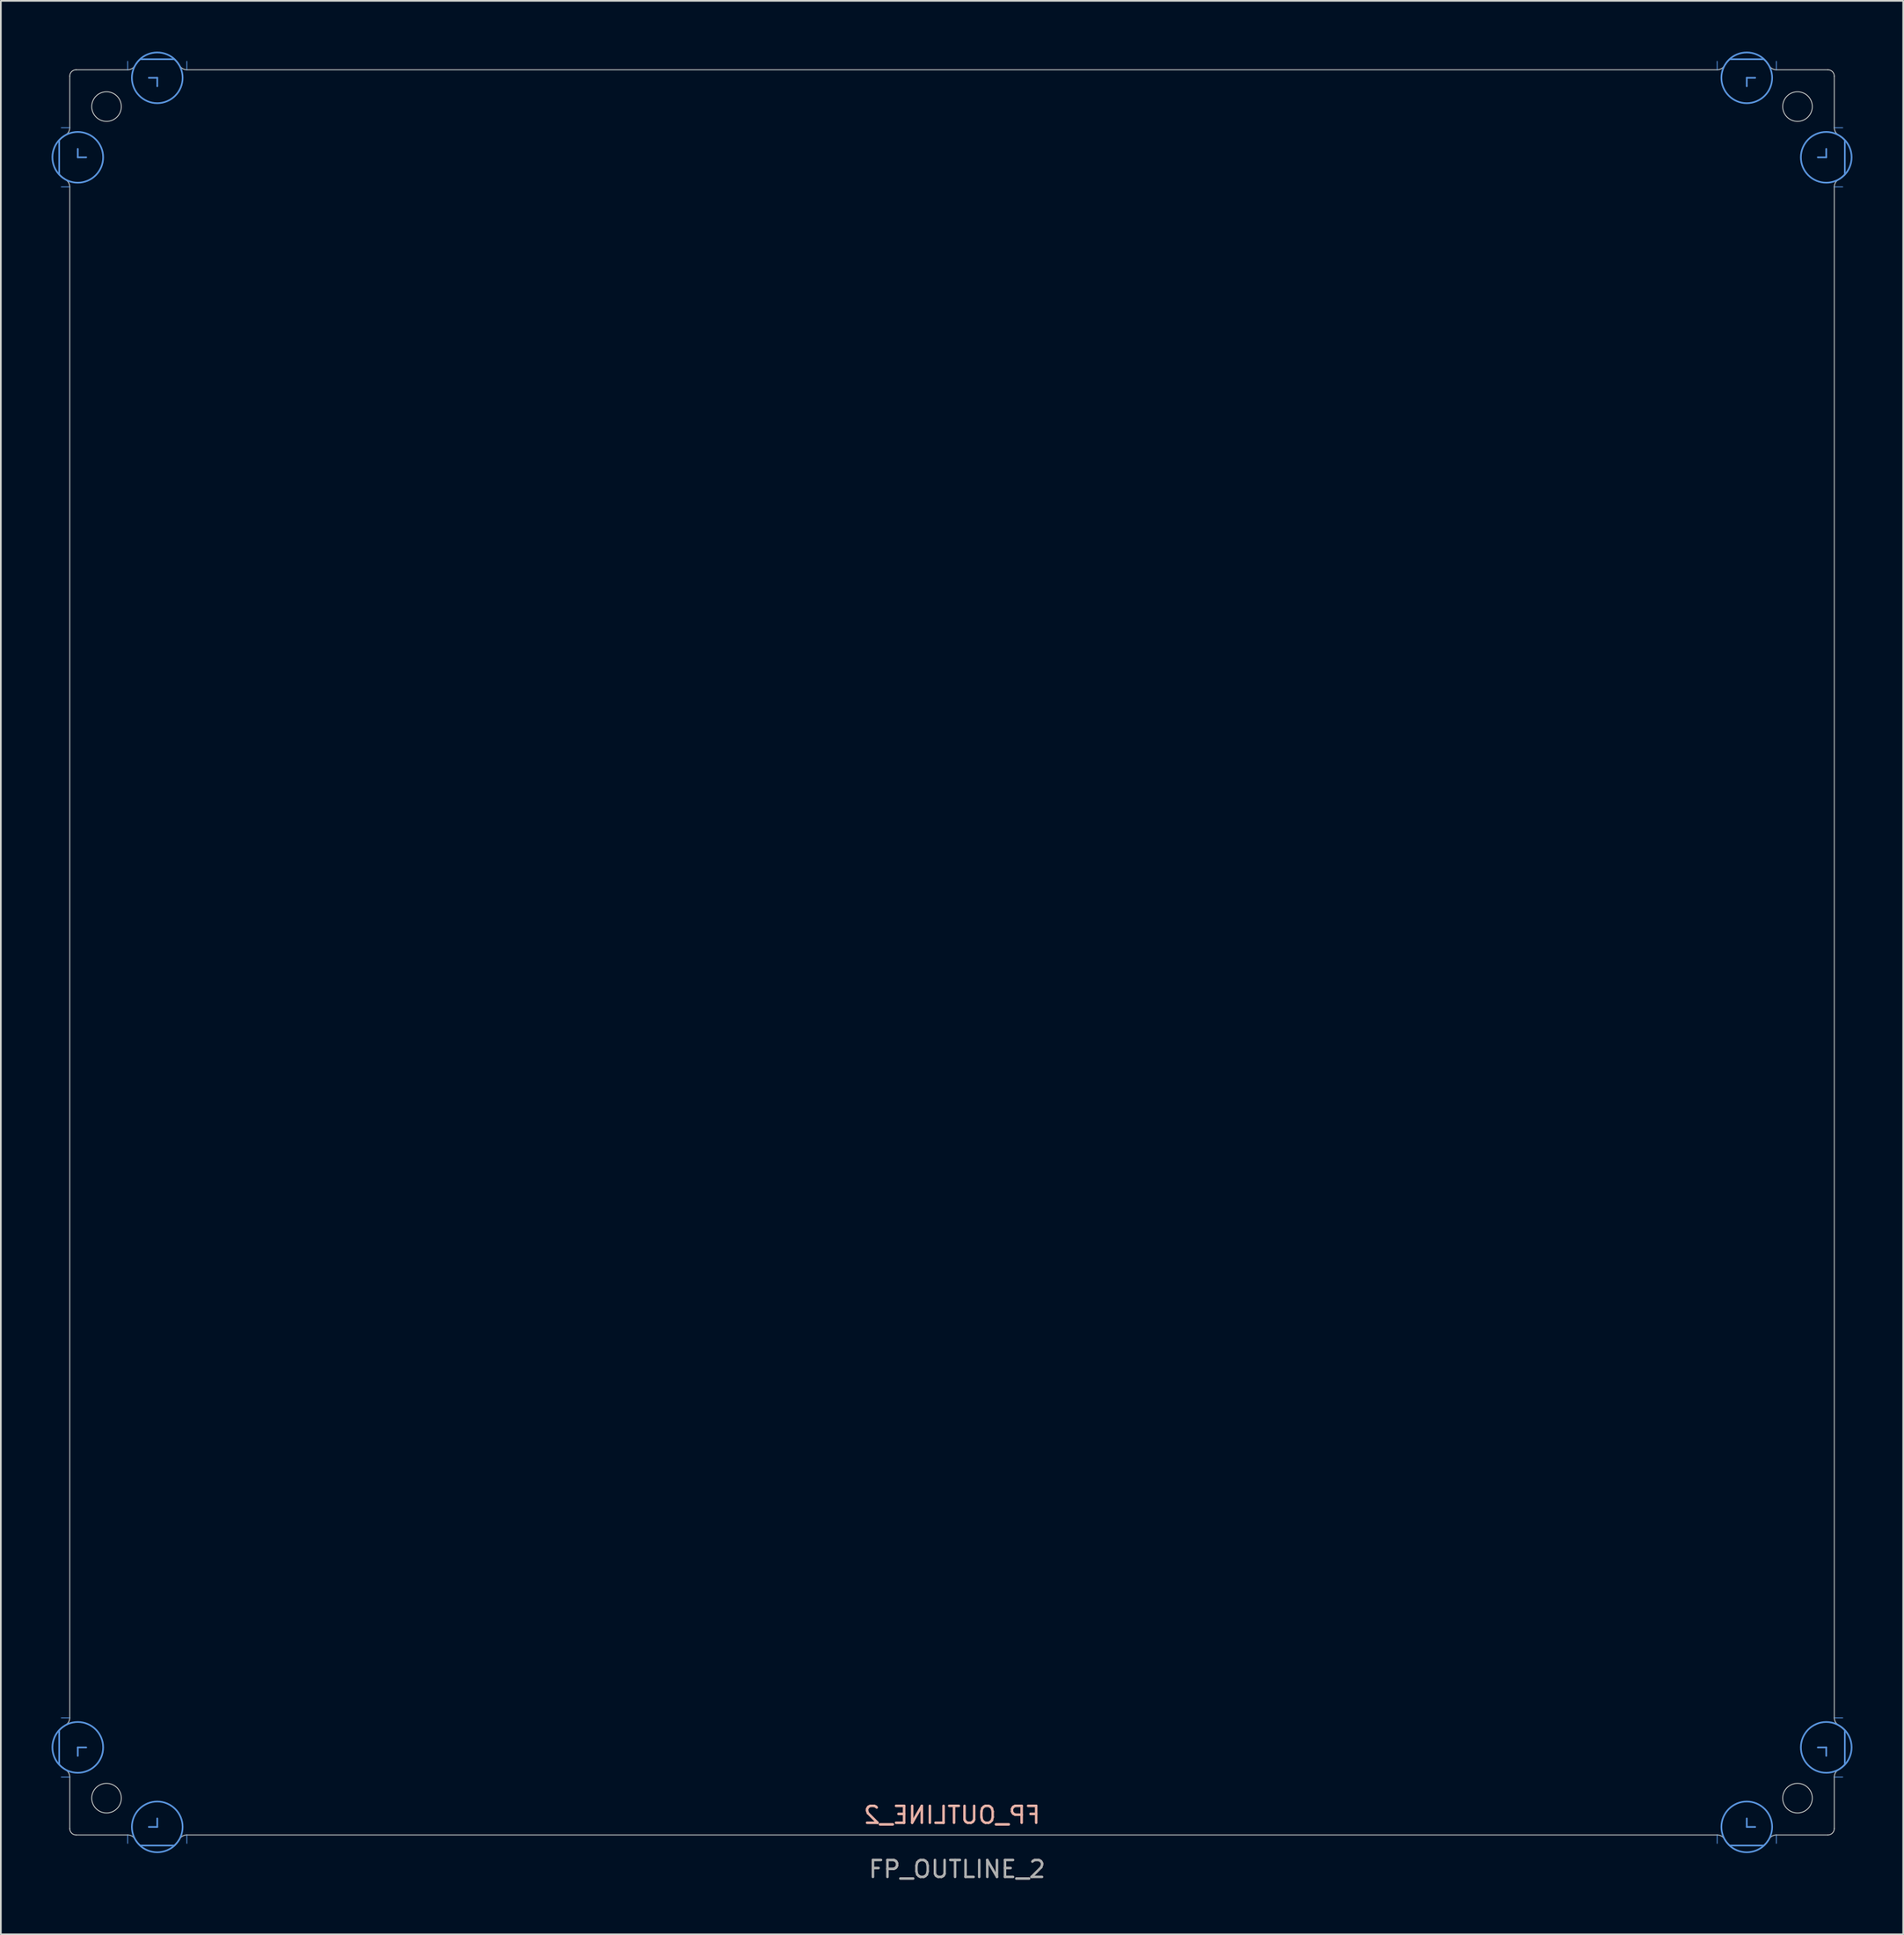
<source format=kicad_pcb>
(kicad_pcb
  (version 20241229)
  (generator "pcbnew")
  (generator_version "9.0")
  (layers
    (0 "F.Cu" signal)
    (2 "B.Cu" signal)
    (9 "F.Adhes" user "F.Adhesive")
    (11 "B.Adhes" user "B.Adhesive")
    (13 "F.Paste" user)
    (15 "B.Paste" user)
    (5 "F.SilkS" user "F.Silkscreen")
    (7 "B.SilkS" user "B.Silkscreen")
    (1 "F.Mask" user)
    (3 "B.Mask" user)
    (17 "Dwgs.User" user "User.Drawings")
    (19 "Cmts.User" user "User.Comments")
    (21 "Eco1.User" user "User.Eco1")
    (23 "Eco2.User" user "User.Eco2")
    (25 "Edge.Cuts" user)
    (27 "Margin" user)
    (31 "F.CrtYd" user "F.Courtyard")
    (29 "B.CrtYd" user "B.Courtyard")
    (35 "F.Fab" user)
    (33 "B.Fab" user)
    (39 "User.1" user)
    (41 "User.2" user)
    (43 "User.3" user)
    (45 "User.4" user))
  (footprint "FP_OUTLINE_2"
    (layer "F.Cu")
    (at 53.25 53.25)
    (property "Reference" "FP_OUTLINE_2" (at 0 51 0) (layer "B.SilkS") (effects (font (size 1 1) (thickness 0.15)) (justify mirror)))
    (attr exclude_from_pos_files exclude_from_bom)
    (fp_line (start -52.8 -46) (end -52.8 -48) (stroke (width 0.1) (type default)) (layer "Cmts.User"))
    (fp_line (start -52.8 46) (end -52.8 48) (stroke (width 0.1) (type default)) (layer "Cmts.User"))
    (fp_line (start -52.175 -48.75) (end -52.675 -48.75) (stroke (width 0.05) (type default)) (layer "Cmts.User"))
    (fp_line (start -52.175 -45.25) (end -52.675 -45.25) (stroke (width 0.05) (type default)) (layer "Cmts.User"))
    (fp_line (start -52.175 45.25) (end -52.675 45.25) (stroke (width 0.05) (type default)) (layer "Cmts.User"))
    (fp_line (start -52.175 48.75) (end -52.675 48.75) (stroke (width 0.05) (type default)) (layer "Cmts.User"))
    (fp_line (start -51.7 -47) (end -51.7 -47.5) (stroke (width 0.1) (type default)) (layer "Cmts.User"))
    (fp_line (start -51.7 -47) (end -51.2 -47) (stroke (width 0.1) (type default)) (layer "Cmts.User"))
    (fp_line (start -51.7 47) (end -51.7 47.5) (stroke (width 0.1) (type default)) (layer "Cmts.User"))
    (fp_line (start -51.7 47) (end -51.2 47) (stroke (width 0.1) (type default)) (layer "Cmts.User"))
    (fp_line (start -48.75 -52.175) (end -48.75 -52.675) (stroke (width 0.05) (type default)) (layer "Cmts.User"))
    (fp_line (start -48.75 52.175) (end -48.75 52.675) (stroke (width 0.05) (type default)) (layer "Cmts.User"))
    (fp_line (start -47 -51.7) (end -47.5 -51.7) (stroke (width 0.1) (type default)) (layer "Cmts.User"))
    (fp_line (start -47 -51.7) (end -47 -51.2) (stroke (width 0.1) (type default)) (layer "Cmts.User"))
    (fp_line (start -47 51.7) (end -47.5 51.7) (stroke (width 0.1) (type default)) (layer "Cmts.User"))
    (fp_line (start -47 51.7) (end -47 51.2) (stroke (width 0.1) (type default)) (layer "Cmts.User"))
    (fp_line (start -46 -52.8) (end -48 -52.8) (stroke (width 0.1) (type default)) (layer "Cmts.User"))
    (fp_line (start -46 52.8) (end -48 52.8) (stroke (width 0.1) (type default)) (layer "Cmts.User"))
    (fp_line (start -45.25 -52.175) (end -45.25 -52.675) (stroke (width 0.05) (type default)) (layer "Cmts.User"))
    (fp_line (start -45.25 52.175) (end -45.25 52.675) (stroke (width 0.05) (type default)) (layer "Cmts.User"))
    (fp_line (start 45.25 -52.175) (end 45.25 -52.675) (stroke (width 0.05) (type default)) (layer "Cmts.User"))
    (fp_line (start 45.25 52.175) (end 45.25 52.675) (stroke (width 0.05) (type default)) (layer "Cmts.User"))
    (fp_line (start 46 -52.8) (end 48 -52.8) (stroke (width 0.1) (type default)) (layer "Cmts.User"))
    (fp_line (start 46 52.8) (end 48 52.8) (stroke (width 0.1) (type default)) (layer "Cmts.User"))
    (fp_line (start 47 -51.7) (end 47 -51.2) (stroke (width 0.1) (type default)) (layer "Cmts.User"))
    (fp_line (start 47 -51.7) (end 47.5 -51.7) (stroke (width 0.1) (type default)) (layer "Cmts.User"))
    (fp_line (start 47 51.7) (end 47 51.2) (stroke (width 0.1) (type default)) (layer "Cmts.User"))
    (fp_line (start 47 51.7) (end 47.5 51.7) (stroke (width 0.1) (type default)) (layer "Cmts.User"))
    (fp_line (start 48.75 -52.175) (end 48.75 -52.675) (stroke (width 0.05) (type default)) (layer "Cmts.User"))
    (fp_line (start 48.75 52.175) (end 48.75 52.675) (stroke (width 0.05) (type default)) (layer "Cmts.User"))
    (fp_line (start 51.7 -47) (end 51.2 -47) (stroke (width 0.1) (type default)) (layer "Cmts.User"))
    (fp_line (start 51.7 -47) (end 51.7 -47.5) (stroke (width 0.1) (type default)) (layer "Cmts.User"))
    (fp_line (start 51.7 47) (end 51.2 47) (stroke (width 0.1) (type default)) (layer "Cmts.User"))
    (fp_line (start 51.7 47) (end 51.7 47.5) (stroke (width 0.1) (type default)) (layer "Cmts.User"))
    (fp_line (start 52.175 -48.75) (end 52.675 -48.75) (stroke (width 0.05) (type default)) (layer "Cmts.User"))
    (fp_line (start 52.175 -45.25) (end 52.675 -45.25) (stroke (width 0.05) (type default)) (layer "Cmts.User"))
    (fp_line (start 52.175 45.25) (end 52.675 45.25) (stroke (width 0.05) (type default)) (layer "Cmts.User"))
    (fp_line (start 52.175 48.75) (end 52.675 48.75) (stroke (width 0.05) (type default)) (layer "Cmts.User"))
    (fp_line (start 52.8 -46) (end 52.8 -48) (stroke (width 0.1) (type default)) (layer "Cmts.User"))
    (fp_line (start 52.8 46) (end 52.8 48) (stroke (width 0.1) (type default)) (layer "Cmts.User"))
    (fp_circle (center -51.7 -47) (end -51.7 -48.5) (stroke (width 0.1) (type default)) (fill no) (layer "Cmts.User"))
    (fp_circle (center -51.7 47) (end -51.7 48.5) (stroke (width 0.1) (type default)) (fill no) (layer "Cmts.User"))
    (fp_circle (center -47 -51.7) (end -48.5 -51.7) (stroke (width 0.1) (type default)) (fill no) (layer "Cmts.User"))
    (fp_circle (center -47 51.7) (end -48.5 51.7) (stroke (width 0.1) (type default)) (fill no) (layer "Cmts.User"))
    (fp_circle (center 47 -51.7) (end 48.5 -51.7) (stroke (width 0.1) (type default)) (fill no) (layer "Cmts.User"))
    (fp_circle (center 47 51.7) (end 48.5 51.7) (stroke (width 0.1) (type default)) (fill no) (layer "Cmts.User"))
    (fp_circle (center 51.7 -47) (end 51.7 -48.5) (stroke (width 0.1) (type default)) (fill no) (layer "Cmts.User"))
    (fp_circle (center 51.7 47) (end 51.7 48.5) (stroke (width 0.1) (type default)) (fill no) (layer "Cmts.User"))
    (fp_line (start -52.8 -46) (end -52.8 -48) (stroke (width 0.05) (type default)) (layer "Edge.Cuts"))
    (fp_line (start -52.8 46) (end -52.8 48) (stroke (width 0.05) (type default)) (layer "Edge.Cuts"))
    (fp_line (start -52.392 -48.338) (end -52.525 -48.237) (stroke (width 0.05) (type default)) (layer "Edge.Cuts"))
    (fp_line (start -52.392 -45.662) (end -52.525 -45.763) (stroke (width 0.05) (type default)) (layer "Edge.Cuts"))
    (fp_line (start -52.392 45.662) (end -52.525 45.763) (stroke (width 0.05) (type default)) (layer "Edge.Cuts"))
    (fp_line (start -52.392 48.338) (end -52.525 48.237) (stroke (width 0.05) (type default)) (layer "Edge.Cuts"))
    (fp_line (start -52.175 -48.75) (end -52.175 -51.8) (stroke (width 0.05) (type default)) (layer "Edge.Cuts"))
    (fp_line (start -52.175 45.25) (end -52.175 -45.25) (stroke (width 0.05) (type default)) (layer "Edge.Cuts"))
    (fp_line (start -52.175 48.75) (end -52.175 51.8) (stroke (width 0.05) (type default)) (layer "Edge.Cuts"))
    (fp_line (start -48.75 -52.175) (end -51.8 -52.175) (stroke (width 0.05) (type default)) (layer "Edge.Cuts"))
    (fp_line (start -48.75 52.175) (end -51.8 52.175) (stroke (width 0.05) (type default)) (layer "Edge.Cuts"))
    (fp_line (start -48.338 -52.392) (end -48.237 -52.525) (stroke (width 0.05) (type default)) (layer "Edge.Cuts"))
    (fp_line (start -48.338 52.392) (end -48.237 52.525) (stroke (width 0.05) (type default)) (layer "Edge.Cuts"))
    (fp_line (start -46 -52.8) (end -48 -52.8) (stroke (width 0.05) (type default)) (layer "Edge.Cuts"))
    (fp_line (start -46 52.8) (end -48 52.8) (stroke (width 0.05) (type default)) (layer "Edge.Cuts"))
    (fp_line (start -45.662 -52.392) (end -45.763 -52.525) (stroke (width 0.05) (type default)) (layer "Edge.Cuts"))
    (fp_line (start -45.662 52.392) (end -45.763 52.525) (stroke (width 0.05) (type default)) (layer "Edge.Cuts"))
    (fp_line (start -45.25 -52.175) (end 45.25 -52.175) (stroke (width 0.05) (type default)) (layer "Edge.Cuts"))
    (fp_line (start 45.25 52.175) (end -45.25 52.175) (stroke (width 0.05) (type default)) (layer "Edge.Cuts"))
    (fp_line (start 45.662 -52.392) (end 45.763 -52.525) (stroke (width 0.05) (type default)) (layer "Edge.Cuts"))
    (fp_line (start 45.662 52.392) (end 45.763 52.525) (stroke (width 0.05) (type default)) (layer "Edge.Cuts"))
    (fp_line (start 46 -52.8) (end 48 -52.8) (stroke (width 0.05) (type default)) (layer "Edge.Cuts"))
    (fp_line (start 46 52.8) (end 48 52.8) (stroke (width 0.05) (type default)) (layer "Edge.Cuts"))
    (fp_line (start 48.338 -52.392) (end 48.237 -52.525) (stroke (width 0.05) (type default)) (layer "Edge.Cuts"))
    (fp_line (start 48.338 52.392) (end 48.237 52.525) (stroke (width 0.05) (type default)) (layer "Edge.Cuts"))
    (fp_line (start 48.75 -52.175) (end 51.8 -52.175) (stroke (width 0.05) (type default)) (layer "Edge.Cuts"))
    (fp_line (start 48.75 52.175) (end 51.8 52.175) (stroke (width 0.05) (type default)) (layer "Edge.Cuts"))
    (fp_line (start 52.175 -48.75) (end 52.175 -51.8) (stroke (width 0.05) (type default)) (layer "Edge.Cuts"))
    (fp_line (start 52.175 -45.25) (end 52.175 45.25) (stroke (width 0.05) (type default)) (layer "Edge.Cuts"))
    (fp_line (start 52.175 48.75) (end 52.175 51.8) (stroke (width 0.05) (type default)) (layer "Edge.Cuts"))
    (fp_line (start 52.392 -48.338) (end 52.525 -48.237) (stroke (width 0.05) (type default)) (layer "Edge.Cuts"))
    (fp_line (start 52.392 -45.662) (end 52.525 -45.763) (stroke (width 0.05) (type default)) (layer "Edge.Cuts"))
    (fp_line (start 52.392 45.662) (end 52.525 45.763) (stroke (width 0.05) (type default)) (layer "Edge.Cuts"))
    (fp_line (start 52.392 48.338) (end 52.525 48.237) (stroke (width 0.05) (type default)) (layer "Edge.Cuts"))
    (fp_line (start 52.8 -46) (end 52.8 -48) (stroke (width 0.05) (type default)) (layer "Edge.Cuts"))
    (fp_line (start 52.8 46) (end 52.8 48) (stroke (width 0.05) (type default)) (layer "Edge.Cuts"))
    (fp_arc (start -52.799999 -47.999999) (mid -52.669574 -48.126908) (end -52.52462 -48.23693) (stroke (width 0.05) (type default)) (layer "Edge.Cuts"))
    (fp_arc (start -52.799999 46.000001) (mid -52.669574 45.873092) (end -52.52462 45.76307) (stroke (width 0.05) (type default)) (layer "Edge.Cuts"))
    (fp_arc (start -52.52462 -45.76307) (mid -52.669574 -45.873092) (end -52.799999 -46.000001) (stroke (width 0.05) (type default)) (layer "Edge.Cuts"))
    (fp_arc (start -52.52462 48.23693) (mid -52.669574 48.126908) (end -52.799999 47.999999) (stroke (width 0.05) (type default)) (layer "Edge.Cuts"))
    (fp_arc (start -52.391736 -45.662021) (mid -52.232489 -45.482774) (end -52.175 -45.25) (stroke (width 0.05) (type default)) (layer "Edge.Cuts"))
    (fp_arc (start -52.391736 48.337979) (mid -52.232489 48.517226) (end -52.175 48.75) (stroke (width 0.05) (type default)) (layer "Edge.Cuts"))
    (fp_arc (start -52.175 -51.8) (mid -52.065165 -52.065165) (end -51.8 -52.175) (stroke (width 0.05) (type default)) (layer "Edge.Cuts"))
    (fp_arc (start -52.175 -48.75) (mid -52.232489 -48.517226) (end -52.391736 -48.337979) (stroke (width 0.05) (type default)) (layer "Edge.Cuts"))
    (fp_arc (start -52.175 45.25) (mid -52.232489 45.482774) (end -52.391736 45.662021) (stroke (width 0.05) (type default)) (layer "Edge.Cuts"))
    (fp_arc (start -51.8 52.175) (mid -52.065165 52.065165) (end -52.175 51.8) (stroke (width 0.05) (type default)) (layer "Edge.Cuts"))
    (fp_arc (start -48.75 52.175) (mid -48.517226 52.232489) (end -48.337979 52.391736) (stroke (width 0.05) (type default)) (layer "Edge.Cuts"))
    (fp_arc (start -48.337979 -52.391736) (mid -48.517226 -52.232489) (end -48.75 -52.175) (stroke (width 0.05) (type default)) (layer "Edge.Cuts"))
    (fp_arc (start -48.23693 -52.52462) (mid -48.126908 -52.669574) (end -47.999999 -52.799999) (stroke (width 0.05) (type default)) (layer "Edge.Cuts"))
    (fp_arc (start -47.999999 52.799999) (mid -48.126908 52.669574) (end -48.23693 52.52462) (stroke (width 0.05) (type default)) (layer "Edge.Cuts"))
    (fp_arc (start -46.000001 -52.799999) (mid -45.873092 -52.669574) (end -45.76307 -52.52462) (stroke (width 0.05) (type default)) (layer "Edge.Cuts"))
    (fp_arc (start -45.76307 52.52462) (mid -45.873092 52.669574) (end -46.000001 52.799999) (stroke (width 0.05) (type default)) (layer "Edge.Cuts"))
    (fp_arc (start -45.662021 52.391736) (mid -45.482774 52.232489) (end -45.25 52.175) (stroke (width 0.05) (type default)) (layer "Edge.Cuts"))
    (fp_arc (start -45.25 -52.175) (mid -45.482774 -52.232489) (end -45.662021 -52.391736) (stroke (width 0.05) (type default)) (layer "Edge.Cuts"))
    (fp_arc (start 45.25 52.175) (mid 45.482774 52.232489) (end 45.662021 52.391736) (stroke (width 0.05) (type default)) (layer "Edge.Cuts"))
    (fp_arc (start 45.662021 -52.391736) (mid 45.482774 -52.232489) (end 45.25 -52.175) (stroke (width 0.05) (type default)) (layer "Edge.Cuts"))
    (fp_arc (start 45.76307 -52.52462) (mid 45.873092 -52.669574) (end 46.000001 -52.799999) (stroke (width 0.05) (type default)) (layer "Edge.Cuts"))
    (fp_arc (start 46.000001 52.799999) (mid 45.873092 52.669574) (end 45.76307 52.52462) (stroke (width 0.05) (type default)) (layer "Edge.Cuts"))
    (fp_arc (start 47.999999 -52.799999) (mid 48.126908 -52.669574) (end 48.23693 -52.52462) (stroke (width 0.05) (type default)) (layer "Edge.Cuts"))
    (fp_arc (start 48.23693 52.52462) (mid 48.126908 52.669574) (end 47.999999 52.799999) (stroke (width 0.05) (type default)) (layer "Edge.Cuts"))
    (fp_arc (start 48.337979 52.391736) (mid 48.517226 52.232489) (end 48.75 52.175) (stroke (width 0.05) (type default)) (layer "Edge.Cuts"))
    (fp_arc (start 48.75 -52.175) (mid 48.517226 -52.232489) (end 48.337979 -52.391736) (stroke (width 0.05) (type default)) (layer "Edge.Cuts"))
    (fp_arc (start 51.8 -52.175) (mid 52.065165 -52.065165) (end 52.175 -51.8) (stroke (width 0.05) (type default)) (layer "Edge.Cuts"))
    (fp_arc (start 52.175 -45.25) (mid 52.232489 -45.482774) (end 52.391736 -45.662021) (stroke (width 0.05) (type default)) (layer "Edge.Cuts"))
    (fp_arc (start 52.175 48.75) (mid 52.232489 48.517226) (end 52.391736 48.337979) (stroke (width 0.05) (type default)) (layer "Edge.Cuts"))
    (fp_arc (start 52.175 51.8) (mid 52.065165 52.065165) (end 51.8 52.175) (stroke (width 0.05) (type default)) (layer "Edge.Cuts"))
    (fp_arc (start 52.391736 -48.337979) (mid 52.232489 -48.517226) (end 52.175 -48.75) (stroke (width 0.05) (type default)) (layer "Edge.Cuts"))
    (fp_arc (start 52.391736 45.662021) (mid 52.232489 45.482774) (end 52.175 45.25) (stroke (width 0.05) (type default)) (layer "Edge.Cuts"))
    (fp_arc (start 52.52462 -48.23693) (mid 52.669574 -48.126908) (end 52.799999 -47.999999) (stroke (width 0.05) (type default)) (layer "Edge.Cuts"))
    (fp_arc (start 52.52462 45.76307) (mid 52.669574 45.873092) (end 52.799999 46.000001) (stroke (width 0.05) (type default)) (layer "Edge.Cuts"))
    (fp_arc (start 52.799999 -46.000001) (mid 52.669574 -45.873092) (end 52.52462 -45.76307) (stroke (width 0.05) (type default)) (layer "Edge.Cuts"))
    (fp_arc (start 52.799999 47.999999) (mid 52.669574 48.126908) (end 52.52462 48.23693) (stroke (width 0.05) (type default)) (layer "Edge.Cuts"))
    (fp_circle (center -50 -50) (end -49.125 -50) (stroke (width 0.05) (type default)) (fill no) (layer "Edge.Cuts"))
    (fp_circle (center -50 50) (end -49.125 50) (stroke (width 0.05) (type default)) (fill no) (layer "Edge.Cuts"))
    (fp_circle (center 50 -50) (end 50.875 -50) (stroke (width 0.05) (type default)) (fill no) (layer "Edge.Cuts"))
    (fp_circle (center 50 50) (end 50.875 50) (stroke (width 0.05) (type default)) (fill no) (layer "Edge.Cuts"))
    (fp_text user "${REFERENCE}" (at 0.3 54.2 0) (layer "F.Fab") (effects (font (size 1 1) (thickness 0.15)))))
  (gr_rect
    (start -3 -3)
    (end 109.5 111.298)
    (stroke (width 0.1) (type default))
    (fill no)
    (layer "Edge.Cuts")))
</source>
